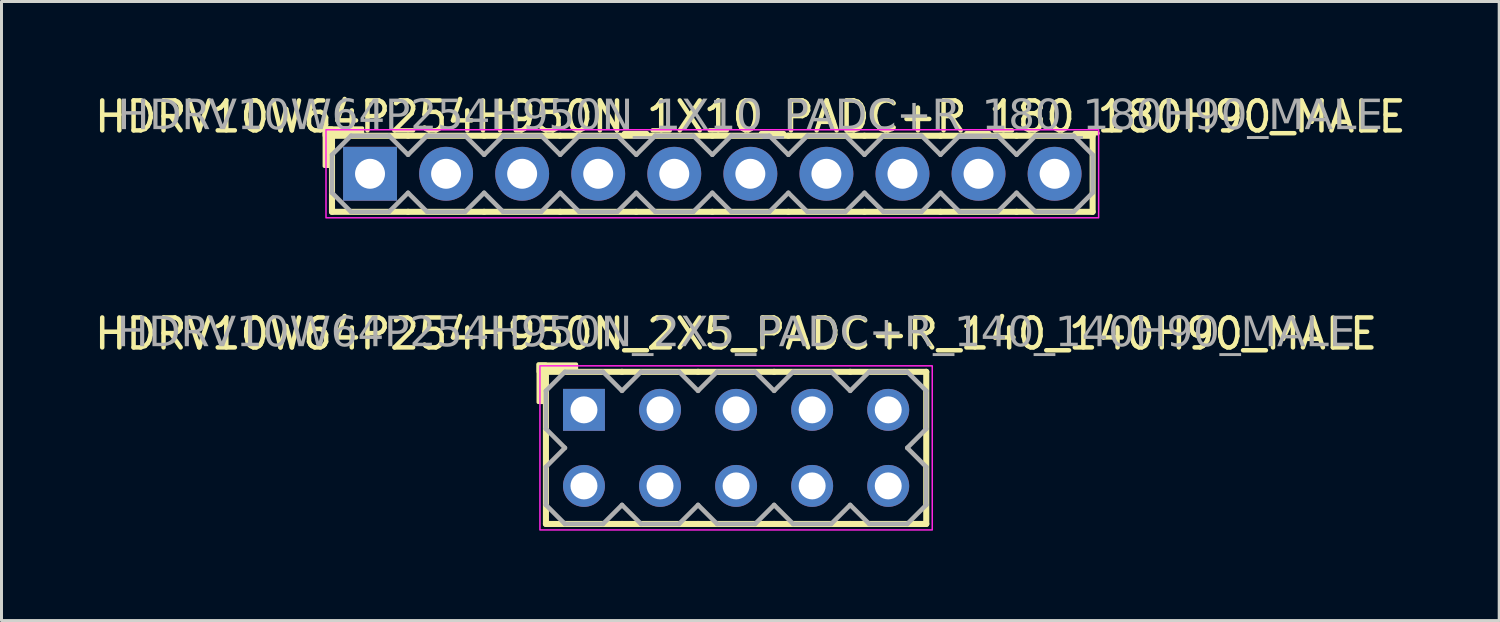
<source format=kicad_pcb>
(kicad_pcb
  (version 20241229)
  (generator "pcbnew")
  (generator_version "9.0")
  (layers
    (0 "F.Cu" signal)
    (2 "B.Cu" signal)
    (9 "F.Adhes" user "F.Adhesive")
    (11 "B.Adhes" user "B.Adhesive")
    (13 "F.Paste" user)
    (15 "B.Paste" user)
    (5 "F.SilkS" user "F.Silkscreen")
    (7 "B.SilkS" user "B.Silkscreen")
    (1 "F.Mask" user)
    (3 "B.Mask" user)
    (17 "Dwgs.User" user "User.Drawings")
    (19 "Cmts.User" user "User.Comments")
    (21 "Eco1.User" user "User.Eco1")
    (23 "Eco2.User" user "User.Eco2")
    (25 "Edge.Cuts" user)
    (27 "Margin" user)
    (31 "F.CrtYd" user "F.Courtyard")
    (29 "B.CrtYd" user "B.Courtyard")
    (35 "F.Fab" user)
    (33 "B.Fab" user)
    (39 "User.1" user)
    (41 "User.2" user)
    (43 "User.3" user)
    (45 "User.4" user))
  (footprint "HDRV10W64P254H950N_2X5_PADC+R_140_140H90_MALE"
    (layer "F.Cu")
    (at 21.53 11.906)
    (property "Reference" "HDRV10W64P254H950N_2X5_PADC+R_140_140H90_MALE" (at 0 -3.81 0) (layer "F.SilkS") (effects (font (size 1 1) (thickness 0.15))))
    (attr through_hole)
    (fp_line (start -6.35 2.54) (end -6.35 -2.54) (stroke (width 0.203) (type solid)) (layer "F.SilkS"))
    (fp_line (start -3.81 -2.54) (end -6.35 -2.54) (stroke (width 0.203) (type solid)) (layer "F.SilkS"))
    (fp_line (start -3.81 2.54) (end -6.35 2.54) (stroke (width 0.203) (type solid)) (layer "F.SilkS"))
    (fp_line (start -1.27 -2.54) (end -3.81 -2.54) (stroke (width 0.203) (type solid)) (layer "F.SilkS"))
    (fp_line (start -1.27 2.54) (end -3.81 2.54) (stroke (width 0.203) (type solid)) (layer "F.SilkS"))
    (fp_line (start 1.27 -2.54) (end -1.27 -2.54) (stroke (width 0.203) (type solid)) (layer "F.SilkS"))
    (fp_line (start 1.27 2.54) (end -1.27 2.54) (stroke (width 0.203) (type solid)) (layer "F.SilkS"))
    (fp_line (start 3.81 -2.54) (end 1.27 -2.54) (stroke (width 0.203) (type solid)) (layer "F.SilkS"))
    (fp_line (start 3.81 2.54) (end 1.27 2.54) (stroke (width 0.203) (type solid)) (layer "F.SilkS"))
    (fp_line (start 6.35 -2.54) (end 3.81 -2.54) (stroke (width 0.203) (type solid)) (layer "F.SilkS"))
    (fp_line (start 6.35 2.54) (end 3.81 2.54) (stroke (width 0.203) (type solid)) (layer "F.SilkS"))
    (fp_line (start 6.35 2.54) (end 6.35 -2.54) (stroke (width 0.203) (type solid)) (layer "F.SilkS"))
    (fp_rect (start -6.604 -1.524) (end -6.35 -2.794) (stroke (width 0.12) (type solid)) (fill yes) (layer "F.SilkS"))
    (fp_rect (start -5.334 -2.54) (end -6.604 -2.794) (stroke (width 0.12) (type solid)) (fill yes) (layer "F.SilkS"))
    (fp_rect (start -6.55 -2.74) (end 6.55 2.74) (stroke (width 0.05) (type default)) (fill no) (layer "F.CrtYd"))
    (fp_line (start -6.35 -1.905) (end -6.35 -0.635) (stroke (width 0.152) (type solid)) (layer "F.Fab"))
    (fp_line (start -6.35 -1.905) (end -5.715 -2.54) (stroke (width 0.152) (type solid)) (layer "F.Fab"))
    (fp_line (start -6.35 0.635) (end -6.35 1.905) (stroke (width 0.152) (type solid)) (layer "F.Fab"))
    (fp_line (start -5.715 -2.54) (end -4.445 -2.54) (stroke (width 0.152) (type solid)) (layer "F.Fab"))
    (fp_line (start -5.715 0) (end -6.35 -0.635) (stroke (width 0.152) (type solid)) (layer "F.Fab"))
    (fp_line (start -5.715 0) (end -6.35 0.635) (stroke (width 0.152) (type solid)) (layer "F.Fab"))
    (fp_line (start -5.715 2.54) (end -6.35 1.905) (stroke (width 0.152) (type solid)) (layer "F.Fab"))
    (fp_line (start -4.445 -2.54) (end -3.81 -1.905) (stroke (width 0.152) (type solid)) (layer "F.Fab"))
    (fp_line (start -4.445 2.54) (end -5.715 2.54) (stroke (width 0.152) (type solid)) (layer "F.Fab"))
    (fp_line (start -3.81 -1.905) (end -3.175 -2.54) (stroke (width 0.152) (type solid)) (layer "F.Fab"))
    (fp_line (start -3.81 1.905) (end -4.445 2.54) (stroke (width 0.152) (type solid)) (layer "F.Fab"))
    (fp_line (start -3.175 -2.54) (end -1.905 -2.54) (stroke (width 0.152) (type solid)) (layer "F.Fab"))
    (fp_line (start -3.175 2.54) (end -3.81 1.905) (stroke (width 0.152) (type solid)) (layer "F.Fab"))
    (fp_line (start -1.905 -2.54) (end -1.27 -1.905) (stroke (width 0.152) (type solid)) (layer "F.Fab"))
    (fp_line (start -1.905 2.54) (end -3.175 2.54) (stroke (width 0.152) (type solid)) (layer "F.Fab"))
    (fp_line (start -1.27 -1.905) (end -0.635 -2.54) (stroke (width 0.152) (type solid)) (layer "F.Fab"))
    (fp_line (start -1.27 1.905) (end -1.905 2.54) (stroke (width 0.152) (type solid)) (layer "F.Fab"))
    (fp_line (start -0.635 -2.54) (end 0.635 -2.54) (stroke (width 0.152) (type solid)) (layer "F.Fab"))
    (fp_line (start -0.635 2.54) (end -1.27 1.905) (stroke (width 0.152) (type solid)) (layer "F.Fab"))
    (fp_line (start 0.635 -2.54) (end 1.27 -1.905) (stroke (width 0.152) (type solid)) (layer "F.Fab"))
    (fp_line (start 0.635 2.54) (end -0.635 2.54) (stroke (width 0.152) (type solid)) (layer "F.Fab"))
    (fp_line (start 1.27 -1.905) (end 1.905 -2.54) (stroke (width 0.152) (type solid)) (layer "F.Fab"))
    (fp_line (start 1.27 1.905) (end 0.635 2.54) (stroke (width 0.152) (type solid)) (layer "F.Fab"))
    (fp_line (start 1.905 -2.54) (end 3.175 -2.54) (stroke (width 0.152) (type solid)) (layer "F.Fab"))
    (fp_line (start 1.905 2.54) (end 1.27 1.905) (stroke (width 0.152) (type solid)) (layer "F.Fab"))
    (fp_line (start 3.175 -2.54) (end 3.81 -1.905) (stroke (width 0.152) (type solid)) (layer "F.Fab"))
    (fp_line (start 3.175 2.54) (end 1.905 2.54) (stroke (width 0.152) (type solid)) (layer "F.Fab"))
    (fp_line (start 3.81 -1.905) (end 4.445 -2.54) (stroke (width 0.152) (type solid)) (layer "F.Fab"))
    (fp_line (start 3.81 1.905) (end 3.175 2.54) (stroke (width 0.152) (type solid)) (layer "F.Fab"))
    (fp_line (start 4.445 -2.54) (end 5.715 -2.54) (stroke (width 0.152) (type solid)) (layer "F.Fab"))
    (fp_line (start 4.445 2.54) (end 3.81 1.905) (stroke (width 0.152) (type solid)) (layer "F.Fab"))
    (fp_line (start 5.715 -2.54) (end 6.35 -1.905) (stroke (width 0.152) (type solid)) (layer "F.Fab"))
    (fp_line (start 5.715 0) (end 6.35 0.635) (stroke (width 0.152) (type solid)) (layer "F.Fab"))
    (fp_line (start 5.715 2.54) (end 4.445 2.54) (stroke (width 0.152) (type solid)) (layer "F.Fab"))
    (fp_line (start 6.35 -1.905) (end 6.35 -0.635) (stroke (width 0.152) (type solid)) (layer "F.Fab"))
    (fp_line (start 6.35 -0.635) (end 5.715 0) (stroke (width 0.152) (type solid)) (layer "F.Fab"))
    (fp_line (start 6.35 0.635) (end 6.35 1.905) (stroke (width 0.152) (type solid)) (layer "F.Fab"))
    (fp_line (start 6.35 1.905) (end 5.715 2.54) (stroke (width 0.152) (type solid)) (layer "F.Fab"))
    (fp_rect (start -4.826 -1.524) (end -5.334 -1.016) (stroke (width 0.152) (type solid)) (fill no) (layer "F.Fab"))
    (fp_rect (start -4.826 1.016) (end -5.334 1.524) (stroke (width 0.152) (type solid)) (fill no) (layer "F.Fab"))
    (fp_rect (start -2.286 -1.524) (end -2.794 -1.016) (stroke (width 0.152) (type solid)) (fill no) (layer "F.Fab"))
    (fp_rect (start -2.286 1.016) (end -2.794 1.524) (stroke (width 0.152) (type solid)) (fill no) (layer "F.Fab"))
    (fp_rect (start 0.254 -1.524) (end -0.254 -1.016) (stroke (width 0.152) (type solid)) (fill no) (layer "F.Fab"))
    (fp_rect (start 0.254 1.016) (end -0.254 1.524) (stroke (width 0.152) (type solid)) (fill no) (layer "F.Fab"))
    (fp_rect (start 2.794 -1.524) (end 2.286 -1.016) (stroke (width 0.152) (type solid)) (fill no) (layer "F.Fab"))
    (fp_rect (start 2.794 1.016) (end 2.286 1.524) (stroke (width 0.152) (type solid)) (fill no) (layer "F.Fab"))
    (fp_rect (start 5.334 -1.524) (end 4.826 -1.016) (stroke (width 0.152) (type solid)) (fill no) (layer "F.Fab"))
    (fp_rect (start 5.334 1.016) (end 4.826 1.524) (stroke (width 0.152) (type solid)) (fill no) (layer "F.Fab"))
    (fp_text user "${REFERENCE}" (at 0 -3.81 0) (layer "F.Fab") (effects (font (face "Tahoma") (size 1 1) (thickness 0.15))))
    (pad "1" thru_hole rect (at -5.08 -1.27) (size 1.4 1.4) (drill 0.9) (layers "*.Cu" "*.Mask"))
    (pad "2" thru_hole circle (at -5.08 1.27) (size 1.4 1.4) (drill 0.9) (layers "*.Cu" "*.Mask"))
    (pad "3" thru_hole circle (at -2.54 -1.27) (size 1.4 1.4) (drill 0.9) (layers "*.Cu" "*.Mask"))
    (pad "4" thru_hole circle (at -2.54 1.27) (size 1.4 1.4) (drill 0.9) (layers "*.Cu" "*.Mask"))
    (pad "5" thru_hole circle (at 0 -1.27) (size 1.4 1.4) (drill 0.9) (layers "*.Cu" "*.Mask"))
    (pad "6" thru_hole circle (at 0 1.27) (size 1.4 1.4) (drill 0.9) (layers "*.Cu" "*.Mask"))
    (pad "7" thru_hole circle (at 2.54 -1.27) (size 1.4 1.4) (drill 0.9) (layers "*.Cu" "*.Mask"))
    (pad "8" thru_hole circle (at 2.54 1.27) (size 1.4 1.4) (drill 0.9) (layers "*.Cu" "*.Mask"))
    (pad "9" thru_hole circle (at 5.08 -1.27) (size 1.4 1.4) (drill 0.9) (layers "*.Cu" "*.Mask"))
    (pad "10" thru_hole circle (at 5.08 1.27) (size 1.4 1.4) (drill 0.9) (layers "*.Cu" "*.Mask")))
  (footprint "HDRV10W64P254H950N_1X10_PADC+R_180_180H90_MALE"
    (layer "F.Cu")
    (at 20.736 2.753)
    (property "Reference" "HDRV10W64P254H950N_1X10_PADC+R_180_180H90_MALE" (at 1.27 -1.905 0) (layer "F.SilkS") (effects (font (size 1 1) (thickness 0.15))))
    (attr through_hole)
    (fp_line (start -12.7 1.27) (end -12.7 -1.27) (stroke (width 0.203) (type solid)) (layer "F.SilkS"))
    (fp_line (start -10.16 -1.27) (end -12.7 -1.27) (stroke (width 0.203) (type solid)) (layer "F.SilkS"))
    (fp_line (start -10.16 1.27) (end -12.7 1.27) (stroke (width 0.203) (type solid)) (layer "F.SilkS"))
    (fp_line (start -7.62 -1.27) (end -10.16 -1.27) (stroke (width 0.203) (type solid)) (layer "F.SilkS"))
    (fp_line (start -7.62 1.27) (end -10.16 1.27) (stroke (width 0.203) (type solid)) (layer "F.SilkS"))
    (fp_line (start -5.08 -1.27) (end -7.62 -1.27) (stroke (width 0.203) (type solid)) (layer "F.SilkS"))
    (fp_line (start -5.08 1.27) (end -7.62 1.27) (stroke (width 0.203) (type solid)) (layer "F.SilkS"))
    (fp_line (start -2.54 -1.27) (end -5.08 -1.27) (stroke (width 0.203) (type solid)) (layer "F.SilkS"))
    (fp_line (start -2.54 1.27) (end -5.08 1.27) (stroke (width 0.203) (type solid)) (layer "F.SilkS"))
    (fp_line (start 0 -1.27) (end -2.54 -1.27) (stroke (width 0.203) (type solid)) (layer "F.SilkS"))
    (fp_line (start 0 1.27) (end -2.54 1.27) (stroke (width 0.203) (type solid)) (layer "F.SilkS"))
    (fp_line (start 2.54 -1.27) (end 0 -1.27) (stroke (width 0.203) (type solid)) (layer "F.SilkS"))
    (fp_line (start 2.54 1.27) (end 0 1.27) (stroke (width 0.203) (type solid)) (layer "F.SilkS"))
    (fp_line (start 5.08 -1.27) (end 2.54 -1.27) (stroke (width 0.203) (type solid)) (layer "F.SilkS"))
    (fp_line (start 5.08 1.27) (end 2.54 1.27) (stroke (width 0.203) (type solid)) (layer "F.SilkS"))
    (fp_line (start 7.62 -1.27) (end 5.08 -1.27) (stroke (width 0.203) (type solid)) (layer "F.SilkS"))
    (fp_line (start 7.62 1.27) (end 5.08 1.27) (stroke (width 0.203) (type solid)) (layer "F.SilkS"))
    (fp_line (start 10.16 -1.27) (end 7.62 -1.27) (stroke (width 0.203) (type solid)) (layer "F.SilkS"))
    (fp_line (start 10.16 1.27) (end 7.62 1.27) (stroke (width 0.203) (type solid)) (layer "F.SilkS"))
    (fp_line (start 12.7 -1.27) (end 10.16 -1.27) (stroke (width 0.203) (type solid)) (layer "F.SilkS"))
    (fp_line (start 12.7 1.27) (end 10.16 1.27) (stroke (width 0.203) (type solid)) (layer "F.SilkS"))
    (fp_line (start 12.7 1.27) (end 12.7 -1.27) (stroke (width 0.203) (type solid)) (layer "F.SilkS"))
    (fp_rect (start -12.954 -0.254) (end -12.7 -1.524) (stroke (width 0.12) (type solid)) (fill yes) (layer "F.SilkS"))
    (fp_rect (start -11.684 -1.27) (end -12.954 -1.524) (stroke (width 0.12) (type solid)) (fill yes) (layer "F.SilkS"))
    (fp_rect (start -12.9 -1.47) (end 12.9 1.47) (stroke (width 0.05) (type default)) (fill no) (layer "F.CrtYd"))
    (fp_line (start -12.7 -0.635) (end -12.7 0.635) (stroke (width 0.152) (type solid)) (layer "F.Fab"))
    (fp_line (start -12.7 -0.635) (end -12.065 -1.27) (stroke (width 0.152) (type solid)) (layer "F.Fab"))
    (fp_line (start -12.065 -1.27) (end -10.795 -1.27) (stroke (width 0.152) (type solid)) (layer "F.Fab"))
    (fp_line (start -12.065 1.27) (end -12.7 0.635) (stroke (width 0.152) (type solid)) (layer "F.Fab"))
    (fp_line (start -10.795 -1.27) (end -10.16 -0.635) (stroke (width 0.152) (type solid)) (layer "F.Fab"))
    (fp_line (start -10.795 1.27) (end -12.065 1.27) (stroke (width 0.152) (type solid)) (layer "F.Fab"))
    (fp_line (start -10.16 -0.635) (end -9.525 -1.27) (stroke (width 0.152) (type solid)) (layer "F.Fab"))
    (fp_line (start -10.16 0.635) (end -10.795 1.27) (stroke (width 0.152) (type solid)) (layer "F.Fab"))
    (fp_line (start -9.525 -1.27) (end -8.255 -1.27) (stroke (width 0.152) (type solid)) (layer "F.Fab"))
    (fp_line (start -9.525 1.27) (end -10.16 0.635) (stroke (width 0.152) (type solid)) (layer "F.Fab"))
    (fp_line (start -8.255 -1.27) (end -7.62 -0.635) (stroke (width 0.152) (type solid)) (layer "F.Fab"))
    (fp_line (start -8.255 1.27) (end -9.525 1.27) (stroke (width 0.152) (type solid)) (layer "F.Fab"))
    (fp_line (start -7.62 -0.635) (end -6.985 -1.27) (stroke (width 0.152) (type solid)) (layer "F.Fab"))
    (fp_line (start -7.62 0.635) (end -8.255 1.27) (stroke (width 0.152) (type solid)) (layer "F.Fab"))
    (fp_line (start -6.985 -1.27) (end -5.715 -1.27) (stroke (width 0.152) (type solid)) (layer "F.Fab"))
    (fp_line (start -6.985 1.27) (end -7.62 0.635) (stroke (width 0.152) (type solid)) (layer "F.Fab"))
    (fp_line (start -5.715 -1.27) (end -5.08 -0.635) (stroke (width 0.152) (type solid)) (layer "F.Fab"))
    (fp_line (start -5.715 1.27) (end -6.985 1.27) (stroke (width 0.152) (type solid)) (layer "F.Fab"))
    (fp_line (start -5.08 -0.635) (end -4.445 -1.27) (stroke (width 0.152) (type solid)) (layer "F.Fab"))
    (fp_line (start -5.08 0.635) (end -5.715 1.27) (stroke (width 0.152) (type solid)) (layer "F.Fab"))
    (fp_line (start -4.445 -1.27) (end -3.175 -1.27) (stroke (width 0.152) (type solid)) (layer "F.Fab"))
    (fp_line (start -4.445 1.27) (end -5.08 0.635) (stroke (width 0.152) (type solid)) (layer "F.Fab"))
    (fp_line (start -3.175 -1.27) (end -2.54 -0.635) (stroke (width 0.152) (type solid)) (layer "F.Fab"))
    (fp_line (start -3.175 1.27) (end -4.445 1.27) (stroke (width 0.152) (type solid)) (layer "F.Fab"))
    (fp_line (start -2.54 -0.635) (end -1.905 -1.27) (stroke (width 0.152) (type solid)) (layer "F.Fab"))
    (fp_line (start -2.54 0.635) (end -3.175 1.27) (stroke (width 0.152) (type solid)) (layer "F.Fab"))
    (fp_line (start -1.905 -1.27) (end -0.635 -1.27) (stroke (width 0.152) (type solid)) (layer "F.Fab"))
    (fp_line (start -1.905 1.27) (end -2.54 0.635) (stroke (width 0.152) (type solid)) (layer "F.Fab"))
    (fp_line (start -0.635 -1.27) (end 0 -0.635) (stroke (width 0.152) (type solid)) (layer "F.Fab"))
    (fp_line (start -0.635 1.27) (end -1.905 1.27) (stroke (width 0.152) (type solid)) (layer "F.Fab"))
    (fp_line (start 0 -0.635) (end 0.635 -1.27) (stroke (width 0.152) (type solid)) (layer "F.Fab"))
    (fp_line (start 0 0.635) (end -0.635 1.27) (stroke (width 0.152) (type solid)) (layer "F.Fab"))
    (fp_line (start 0.635 -1.27) (end 1.905 -1.27) (stroke (width 0.152) (type solid)) (layer "F.Fab"))
    (fp_line (start 0.635 1.27) (end 0 0.635) (stroke (width 0.152) (type solid)) (layer "F.Fab"))
    (fp_line (start 1.905 -1.27) (end 2.54 -0.635) (stroke (width 0.152) (type solid)) (layer "F.Fab"))
    (fp_line (start 1.905 1.27) (end 0.635 1.27) (stroke (width 0.152) (type solid)) (layer "F.Fab"))
    (fp_line (start 2.54 -0.635) (end 3.175 -1.27) (stroke (width 0.152) (type solid)) (layer "F.Fab"))
    (fp_line (start 2.54 0.635) (end 1.905 1.27) (stroke (width 0.152) (type solid)) (layer "F.Fab"))
    (fp_line (start 3.175 -1.27) (end 4.445 -1.27) (stroke (width 0.152) (type solid)) (layer "F.Fab"))
    (fp_line (start 3.175 1.27) (end 2.54 0.635) (stroke (width 0.152) (type solid)) (layer "F.Fab"))
    (fp_line (start 4.445 -1.27) (end 5.08 -0.635) (stroke (width 0.152) (type solid)) (layer "F.Fab"))
    (fp_line (start 4.445 1.27) (end 3.175 1.27) (stroke (width 0.152) (type solid)) (layer "F.Fab"))
    (fp_line (start 5.08 -0.635) (end 5.715 -1.27) (stroke (width 0.152) (type solid)) (layer "F.Fab"))
    (fp_line (start 5.08 0.635) (end 4.445 1.27) (stroke (width 0.152) (type solid)) (layer "F.Fab"))
    (fp_line (start 5.715 -1.27) (end 6.985 -1.27) (stroke (width 0.152) (type solid)) (layer "F.Fab"))
    (fp_line (start 5.715 1.27) (end 5.08 0.635) (stroke (width 0.152) (type solid)) (layer "F.Fab"))
    (fp_line (start 6.985 -1.27) (end 7.62 -0.635) (stroke (width 0.152) (type solid)) (layer "F.Fab"))
    (fp_line (start 6.985 1.27) (end 5.715 1.27) (stroke (width 0.152) (type solid)) (layer "F.Fab"))
    (fp_line (start 7.62 -0.635) (end 8.255 -1.27) (stroke (width 0.152) (type solid)) (layer "F.Fab"))
    (fp_line (start 7.62 0.635) (end 6.985 1.27) (stroke (width 0.152) (type solid)) (layer "F.Fab"))
    (fp_line (start 8.255 -1.27) (end 9.525 -1.27) (stroke (width 0.152) (type solid)) (layer "F.Fab"))
    (fp_line (start 8.255 1.27) (end 7.62 0.635) (stroke (width 0.152) (type solid)) (layer "F.Fab"))
    (fp_line (start 9.525 -1.27) (end 10.16 -0.635) (stroke (width 0.152) (type solid)) (layer "F.Fab"))
    (fp_line (start 9.525 1.27) (end 8.255 1.27) (stroke (width 0.152) (type solid)) (layer "F.Fab"))
    (fp_line (start 10.16 -0.635) (end 10.795 -1.27) (stroke (width 0.152) (type solid)) (layer "F.Fab"))
    (fp_line (start 10.16 0.635) (end 9.525 1.27) (stroke (width 0.152) (type solid)) (layer "F.Fab"))
    (fp_line (start 10.795 -1.27) (end 12.065 -1.27) (stroke (width 0.152) (type solid)) (layer "F.Fab"))
    (fp_line (start 10.795 1.27) (end 10.16 0.635) (stroke (width 0.152) (type solid)) (layer "F.Fab"))
    (fp_line (start 12.065 -1.27) (end 12.7 -0.635) (stroke (width 0.152) (type solid)) (layer "F.Fab"))
    (fp_line (start 12.065 1.27) (end 10.795 1.27) (stroke (width 0.152) (type solid)) (layer "F.Fab"))
    (fp_line (start 12.7 -0.635) (end 12.7 0.635) (stroke (width 0.152) (type solid)) (layer "F.Fab"))
    (fp_line (start 12.7 0.635) (end 12.065 1.27) (stroke (width 0.152) (type solid)) (layer "F.Fab"))
    (fp_rect (start -11.176 -0.254) (end -11.684 0.254) (stroke (width 0.152) (type solid)) (fill no) (layer "F.Fab"))
    (fp_rect (start -8.636 -0.254) (end -9.144 0.254) (stroke (width 0.152) (type solid)) (fill no) (layer "F.Fab"))
    (fp_rect (start -6.096 -0.254) (end -6.604 0.254) (stroke (width 0.152) (type solid)) (fill no) (layer "F.Fab"))
    (fp_rect (start -3.556 -0.254) (end -4.064 0.254) (stroke (width 0.152) (type solid)) (fill no) (layer "F.Fab"))
    (fp_rect (start -1.016 -0.254) (end -1.524 0.254) (stroke (width 0.152) (type solid)) (fill no) (layer "F.Fab"))
    (fp_rect (start 1.524 -0.254) (end 1.016 0.254) (stroke (width 0.152) (type solid)) (fill no) (layer "F.Fab"))
    (fp_rect (start 4.064 -0.254) (end 3.556 0.254) (stroke (width 0.152) (type solid)) (fill no) (layer "F.Fab"))
    (fp_rect (start 6.604 -0.254) (end 6.096 0.254) (stroke (width 0.152) (type solid)) (fill no) (layer "F.Fab"))
    (fp_rect (start 9.144 -0.254) (end 8.636 0.254) (stroke (width 0.152) (type solid)) (fill no) (layer "F.Fab"))
    (fp_rect (start 11.684 -0.254) (end 11.176 0.254) (stroke (width 0.152) (type solid)) (fill no) (layer "F.Fab"))
    (fp_text user "${REFERENCE}" (at 1.27 -1.905 0) (layer "F.Fab") (effects (font (face "Tahoma") (size 1 1) (thickness 0.15))))
    (pad "1" thru_hole rect (at -11.43 0) (size 1.8 1.8) (drill 1) (layers "*.Cu" "*.Mask"))
    (pad "2" thru_hole circle (at -8.89 0) (size 1.8 1.8) (drill 1) (layers "*.Cu" "*.Mask"))
    (pad "3" thru_hole circle (at -6.35 0) (size 1.8 1.8) (drill 1) (layers "*.Cu" "*.Mask"))
    (pad "4" thru_hole circle (at -3.81 0) (size 1.8 1.8) (drill 1) (layers "*.Cu" "*.Mask"))
    (pad "5" thru_hole circle (at -1.27 0) (size 1.8 1.8) (drill 1) (layers "*.Cu" "*.Mask"))
    (pad "6" thru_hole circle (at 1.27 0) (size 1.8 1.8) (drill 1) (layers "*.Cu" "*.Mask"))
    (pad "7" thru_hole circle (at 3.81 0) (size 1.8 1.8) (drill 1) (layers "*.Cu" "*.Mask"))
    (pad "8" thru_hole circle (at 6.35 0) (size 1.8 1.8) (drill 1) (layers "*.Cu" "*.Mask"))
    (pad "9" thru_hole circle (at 8.89 0) (size 1.8 1.8) (drill 1) (layers "*.Cu" "*.Mask"))
    (pad "10" thru_hole circle (at 11.43 0) (size 1.8 1.8) (drill 1) (layers "*.Cu" "*.Mask")))
  (gr_rect
    (start -3 -3)
    (end 47.012 17.672)
    (stroke (width 0.1) (type default))
    (fill no)
    (layer "Edge.Cuts")))
</source>
